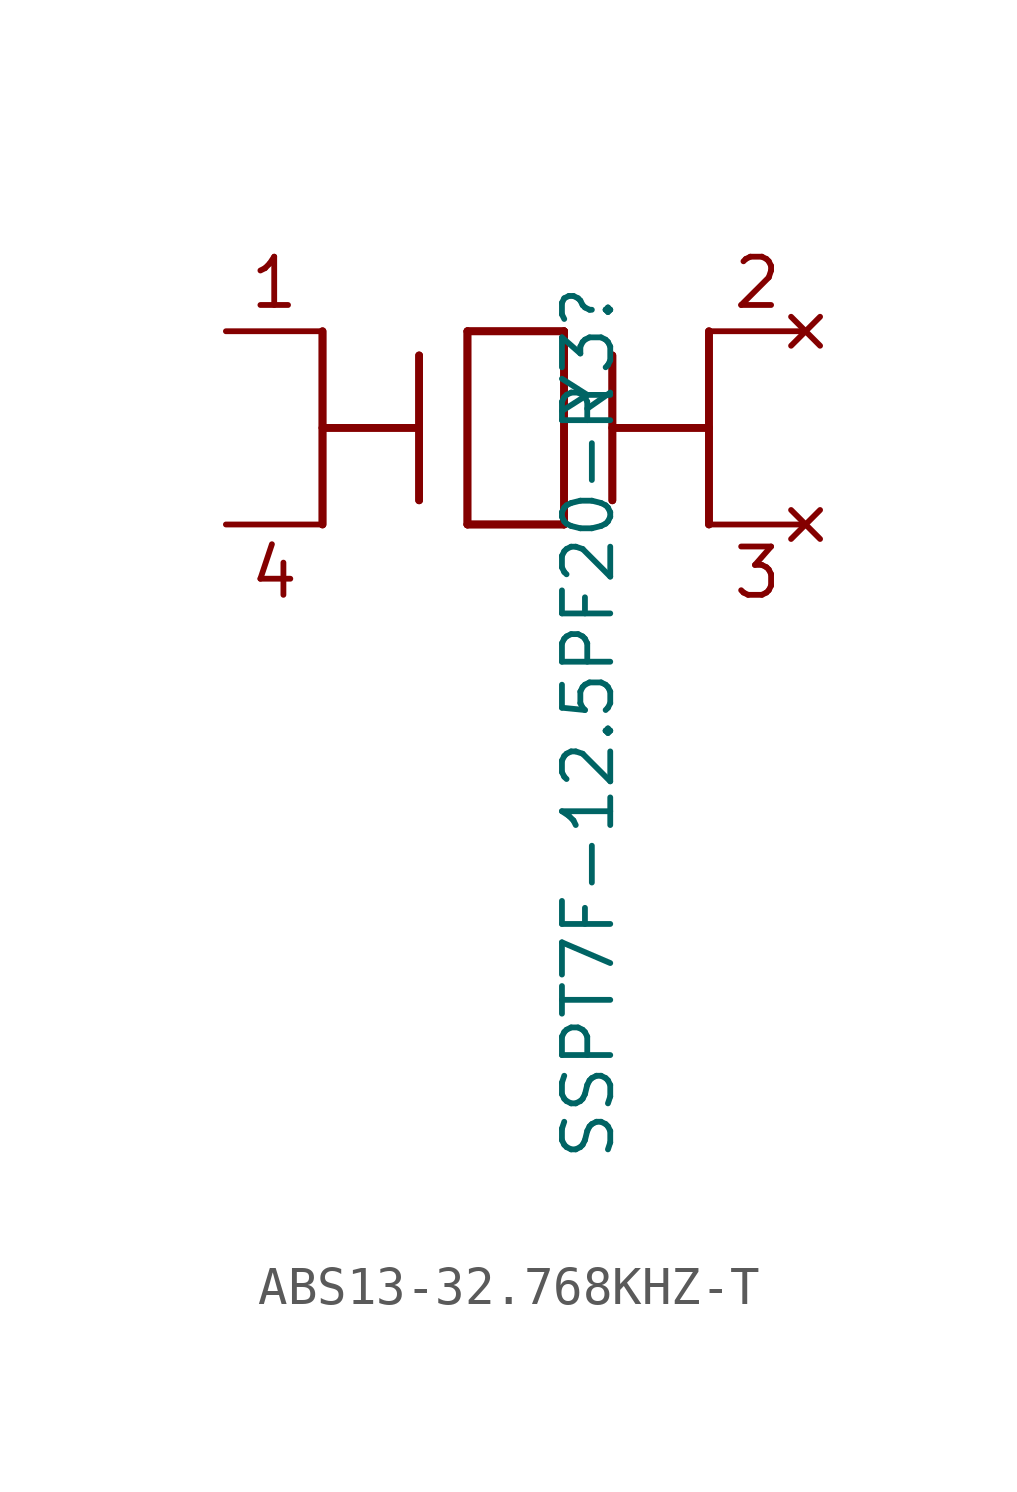
<source format=kicad_sym>
(kicad_symbol_lib
  (version 20211014)
  (generator kicad_symbol_editor)
  (symbol "ABS13-32.768KHZ-T"
    (pin_numbers hide)
    (pin_names hide)
    (property "Reference" "Y3"
      (at 9.525 1.27 90)
      (effects (font (size 1.27 1.27)) (justify right)))
    (property "Value" "SSPT7F-12.5PF20-R   "
      (at 9.525 -1.27 90)
      (effects (font (size 1.27 1.27)) (justify right)))
    (property "Datasheet" ""
      (at 0 0 0)
      (effects (font (size 1.524 1.524))))
    (symbol "ABS13-32.768KHZ-T_0_0"
      (text "1" (at 1.27 1.27 0) (effects (font (size 1.27 1.27))))
      (text "2" (at 13.97 1.27 0) (effects (font (size 1.27 1.27))))
      (text "3" (at 13.97 -6.35 0) (effects (font (size 1.27 1.27))))
      (text "4" (at 1.27 -6.35 0) (effects (font (size 1.27 1.27)))))
    (symbol "ABS13-32.768KHZ-T_1_1"
      (polyline (pts (xy 2.54 0) (xy 2.54 -5.08)) (stroke (width 0.203) (type default) (color 0 0 0 0)) (fill (type none)))
      (polyline (pts (xy 2.54 0) (xy 2.54 -5.08)) (stroke (width 0.203) (type default) (color 0 0 0 0)) (fill (type none)))
      (polyline (pts (xy 5.08 -4.445) (xy 5.08 -0.635)) (stroke (width 0.203) (type default) (color 0 0 0 0)) (fill (type none)))
      (polyline (pts (xy 5.08 -4.445) (xy 5.08 -0.635)) (stroke (width 0.203) (type default) (color 0 0 0 0)) (fill (type none)))
      (polyline (pts (xy 5.08 -2.54) (xy 2.54 -2.54)) (stroke (width 0.203) (type default) (color 0 0 0 0)) (fill (type none)))
      (polyline (pts (xy 5.08 -2.54) (xy 2.54 -2.54)) (stroke (width 0.203) (type default) (color 0 0 0 0)) (fill (type none)))
      (polyline (pts (xy 6.35 -5.08) (xy 6.35 0)) (stroke (width 0.203) (type default) (color 0 0 0 0)) (fill (type none)))
      (polyline (pts (xy 6.35 -5.08) (xy 6.35 0)) (stroke (width 0.203) (type default) (color 0 0 0 0)) (fill (type none)))
      (polyline (pts (xy 6.35 0) (xy 8.89 0)) (stroke (width 0.203) (type default) (color 0 0 0 0)) (fill (type none)))
      (polyline (pts (xy 6.35 0) (xy 8.89 0)) (stroke (width 0.203) (type default) (color 0 0 0 0)) (fill (type none)))
      (polyline (pts (xy 8.89 -5.08) (xy 6.35 -5.08)) (stroke (width 0.203) (type default) (color 0 0 0 0)) (fill (type none)))
      (polyline (pts (xy 8.89 -5.08) (xy 6.35 -5.08)) (stroke (width 0.203) (type default) (color 0 0 0 0)) (fill (type none)))
      (polyline (pts (xy 8.89 0) (xy 8.89 -5.08)) (stroke (width 0.203) (type default) (color 0 0 0 0)) (fill (type none)))
      (polyline (pts (xy 8.89 0) (xy 8.89 -5.08)) (stroke (width 0.203) (type default) (color 0 0 0 0)) (fill (type none)))
      (polyline (pts (xy 10.16 -4.445) (xy 10.16 -0.635)) (stroke (width 0.203) (type default) (color 0 0 0 0)) (fill (type none)))
      (polyline (pts (xy 10.16 -4.445) (xy 10.16 -0.635)) (stroke (width 0.203) (type default) (color 0 0 0 0)) (fill (type none)))
      (polyline (pts (xy 12.7 -2.54) (xy 10.16 -2.54)) (stroke (width 0.203) (type default) (color 0 0 0 0)) (fill (type none)))
      (polyline (pts (xy 12.7 -2.54) (xy 10.16 -2.54)) (stroke (width 0.203) (type default) (color 0 0 0 0)) (fill (type none)))
      (polyline (pts (xy 12.7 0) (xy 12.7 -5.08)) (stroke (width 0.203) (type default) (color 0 0 0 0)) (fill (type none)))
      (polyline (pts (xy 12.7 0) (xy 12.7 -5.08)) (stroke (width 0.203) (type default) (color 0 0 0 0)) (fill (type none)))
      (pin passive line (at 0 0 0) (length 2.54) (name "1" (effects (font (size 1.499 1.499)))) (number "1" (effects (font (size 1.499 1.499)))))
      (pin no_connect line (at 15.24 0 180) (length 2.54) (name "2" (effects (font (size 1.499 1.499)))) (number "2" (effects (font (size 1.499 1.499)))))
      (pin no_connect line (at 15.24 -5.08 180) (length 2.54) (name "3" (effects (font (size 1.499 1.499)))) (number "3" (effects (font (size 1.499 1.499)))))
      (pin passive line (at 0 -5.08 0) (length 2.54) (name "4" (effects (font (size 1.499 1.499)))) (number "4" (effects (font (size 1.499 1.499))))))))
</source>
